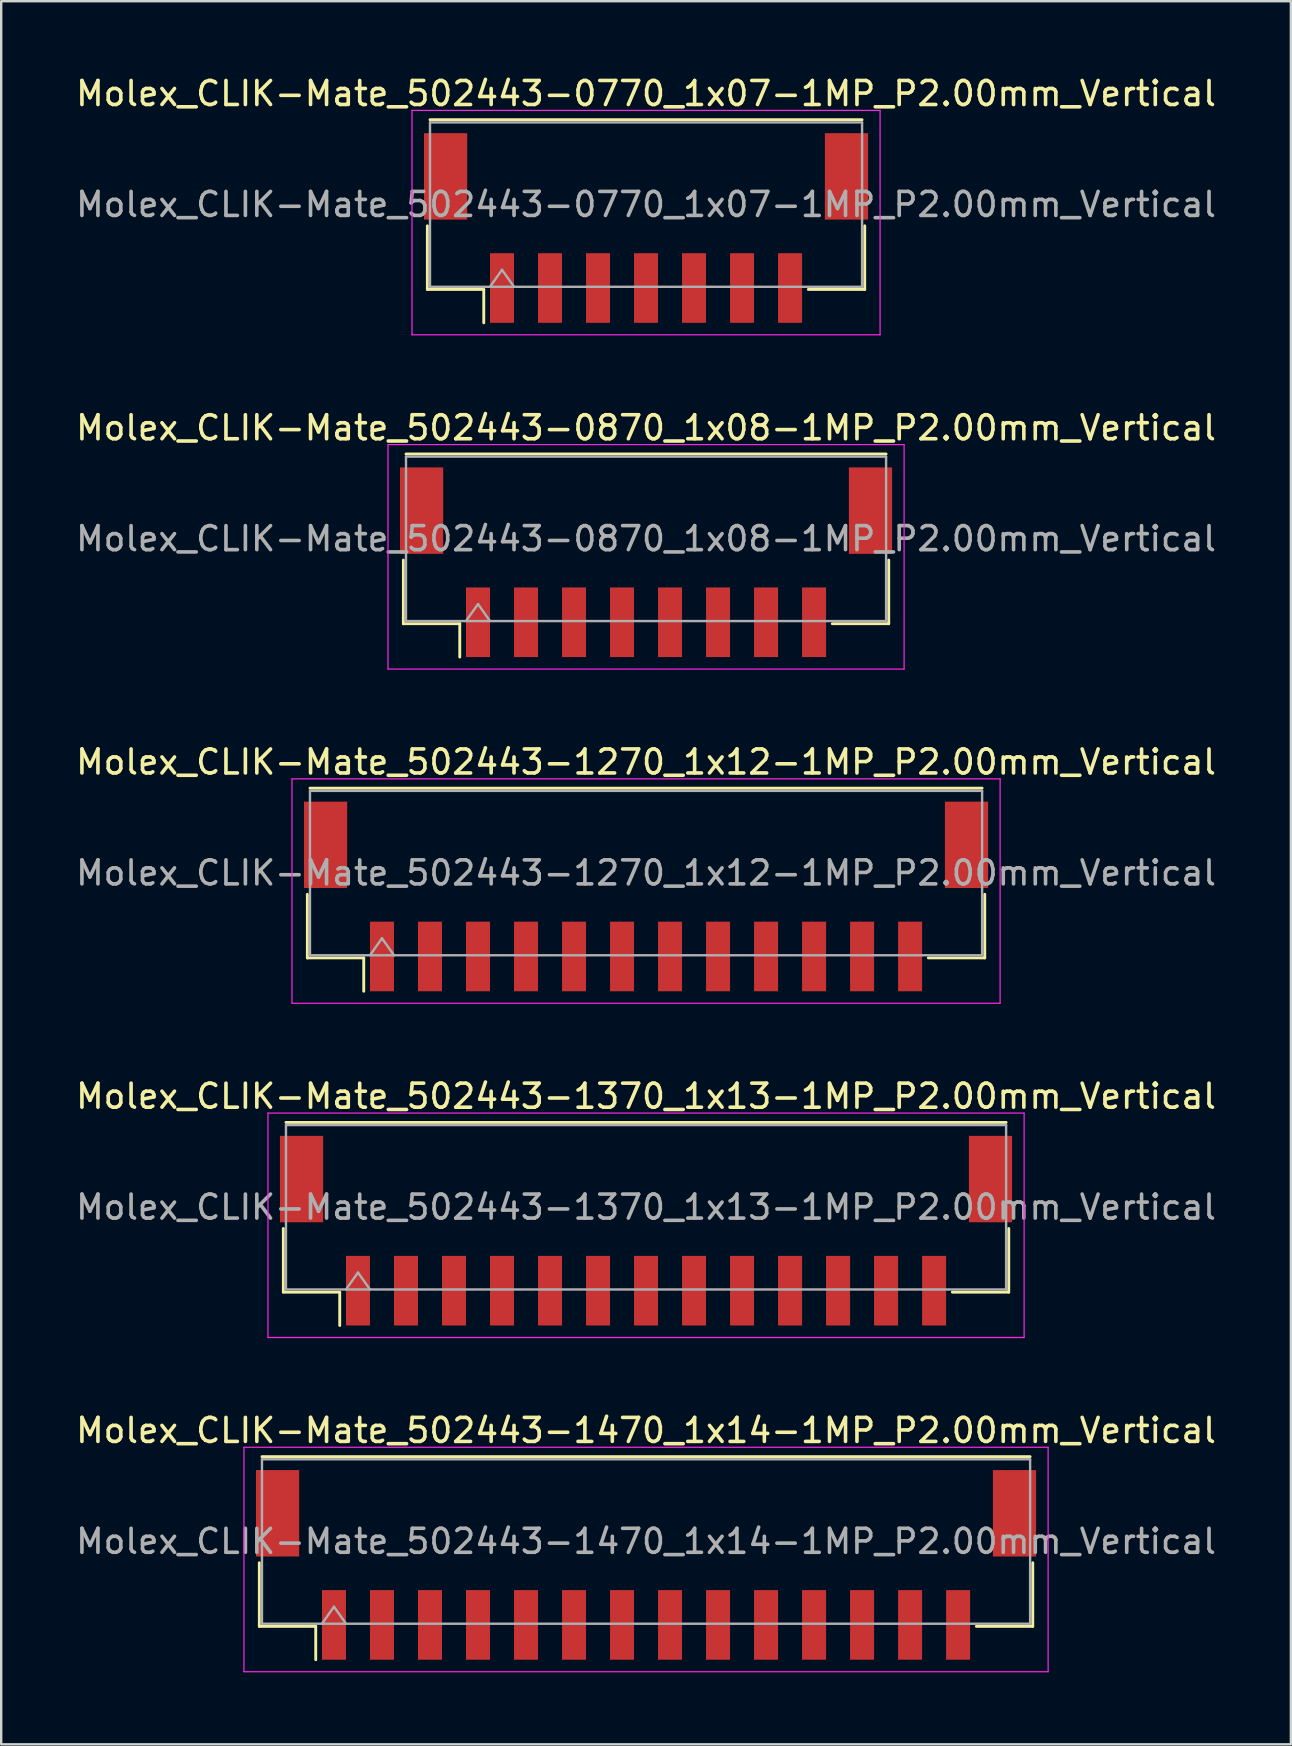
<source format=kicad_pcb>
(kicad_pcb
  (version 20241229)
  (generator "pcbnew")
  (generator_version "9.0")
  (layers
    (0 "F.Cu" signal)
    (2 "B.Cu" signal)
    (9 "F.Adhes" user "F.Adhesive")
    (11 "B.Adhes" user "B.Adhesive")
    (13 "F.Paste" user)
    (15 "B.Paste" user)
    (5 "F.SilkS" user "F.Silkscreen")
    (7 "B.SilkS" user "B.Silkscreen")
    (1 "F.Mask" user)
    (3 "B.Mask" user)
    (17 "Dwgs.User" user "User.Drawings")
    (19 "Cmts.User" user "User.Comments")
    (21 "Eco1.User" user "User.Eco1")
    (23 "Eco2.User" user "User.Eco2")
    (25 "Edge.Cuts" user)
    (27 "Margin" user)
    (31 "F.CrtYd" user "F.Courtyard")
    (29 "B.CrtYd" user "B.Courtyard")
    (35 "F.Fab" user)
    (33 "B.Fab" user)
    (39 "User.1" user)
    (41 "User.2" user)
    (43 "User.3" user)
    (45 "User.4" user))
  (footprint "Molex_CLIK-Mate_502443-1370_1x13-1MP_P2.00mm_Vertical"
    (layer "F.Cu")
    (at 23.863 48.218)
    (property "Reference" "Molex_CLIK-Mate_502443-1370_1x13-1MP_P2.00mm_Vertical" (at 0 -5.6 0) (layer "F.SilkS") (effects (font (size 1 1) (thickness 0.15))))
    (attr smd)
    (fp_line (start -15.11 -0.09) (end -15.11 2.56) (stroke (width 0.12) (type solid)) (layer "F.SilkS"))
    (fp_line (start -15.11 2.56) (end -12.76 2.56) (stroke (width 0.12) (type solid)) (layer "F.SilkS"))
    (fp_line (start -15 -4.51) (end 15 -4.51) (stroke (width 0.12) (type solid)) (layer "F.SilkS"))
    (fp_line (start -12.76 2.56) (end -12.76 3.95) (stroke (width 0.12) (type solid)) (layer "F.SilkS"))
    (fp_line (start 15.11 -0.09) (end 15.11 2.56) (stroke (width 0.12) (type solid)) (layer "F.SilkS"))
    (fp_line (start 15.11 2.56) (end 12.76 2.56) (stroke (width 0.12) (type solid)) (layer "F.SilkS"))
    (fp_line (start -15.75 -4.9) (end -15.75 4.45) (stroke (width 0.05) (type solid)) (layer "F.CrtYd"))
    (fp_line (start -15.75 4.45) (end 15.75 4.45) (stroke (width 0.05) (type solid)) (layer "F.CrtYd"))
    (fp_line (start 15.75 -4.9) (end -15.75 -4.9) (stroke (width 0.05) (type solid)) (layer "F.CrtYd"))
    (fp_line (start 15.75 4.45) (end 15.75 -4.9) (stroke (width 0.05) (type solid)) (layer "F.CrtYd"))
    (fp_line (start -15 -4.4) (end 15 -4.4) (stroke (width 0.1) (type solid)) (layer "F.Fab"))
    (fp_line (start -15 2.45) (end -15 -4.4) (stroke (width 0.1) (type solid)) (layer "F.Fab"))
    (fp_line (start -15 2.45) (end 15 2.45) (stroke (width 0.1) (type solid)) (layer "F.Fab"))
    (fp_line (start -12.5 2.45) (end -12 1.743) (stroke (width 0.1) (type solid)) (layer "F.Fab"))
    (fp_line (start -12 1.743) (end -11.5 2.45) (stroke (width 0.1) (type solid)) (layer "F.Fab"))
    (fp_line (start 15 2.45) (end 15 -4.4) (stroke (width 0.1) (type solid)) (layer "F.Fab"))
    (fp_text user "${REFERENCE}" (at 0 -0.98 0) (layer "F.Fab") (effects (font (size 1 1) (thickness 0.15))))
    (pad "1" smd rect (at -12 2.5) (size 1 2.9) (layers "F.Cu" "F.Mask" "F.Paste"))
    (pad "2" smd rect (at -10 2.5) (size 1 2.9) (layers "F.Cu" "F.Mask" "F.Paste"))
    (pad "3" smd rect (at -8 2.5) (size 1 2.9) (layers "F.Cu" "F.Mask" "F.Paste"))
    (pad "4" smd rect (at -6 2.5) (size 1 2.9) (layers "F.Cu" "F.Mask" "F.Paste"))
    (pad "5" smd rect (at -4 2.5) (size 1 2.9) (layers "F.Cu" "F.Mask" "F.Paste"))
    (pad "6" smd rect (at -2 2.5) (size 1 2.9) (layers "F.Cu" "F.Mask" "F.Paste"))
    (pad "7" smd rect (at 0 2.5) (size 1 2.9) (layers "F.Cu" "F.Mask" "F.Paste"))
    (pad "8" smd rect (at 2 2.5) (size 1 2.9) (layers "F.Cu" "F.Mask" "F.Paste"))
    (pad "9" smd rect (at 4 2.5) (size 1 2.9) (layers "F.Cu" "F.Mask" "F.Paste"))
    (pad "10" smd rect (at 6 2.5) (size 1 2.9) (layers "F.Cu" "F.Mask" "F.Paste"))
    (pad "11" smd rect (at 8 2.5) (size 1 2.9) (layers "F.Cu" "F.Mask" "F.Paste"))
    (pad "12" smd rect (at 10 2.5) (size 1 2.9) (layers "F.Cu" "F.Mask" "F.Paste"))
    (pad "13" smd rect (at 12 2.5) (size 1 2.9) (layers "F.Cu" "F.Mask" "F.Paste"))
    (pad "MP" smd rect (at -14.35 -2.15) (size 1.8 3.6) (layers "F.Cu" "F.Mask" "F.Paste"))
    (pad "MP" smd rect (at 14.35 -2.15) (size 1.8 3.6) (layers "F.Cu" "F.Mask" "F.Paste")))
  (footprint "Molex_CLIK-Mate_502443-1470_1x14-1MP_P2.00mm_Vertical"
    (layer "F.Cu")
    (at 23.863 62.141)
    (property "Reference" "Molex_CLIK-Mate_502443-1470_1x14-1MP_P2.00mm_Vertical" (at 0 -5.6 0) (layer "F.SilkS") (effects (font (size 1 1) (thickness 0.15))))
    (attr smd)
    (fp_line (start -16.11 -0.09) (end -16.11 2.56) (stroke (width 0.12) (type solid)) (layer "F.SilkS"))
    (fp_line (start -16.11 2.56) (end -13.76 2.56) (stroke (width 0.12) (type solid)) (layer "F.SilkS"))
    (fp_line (start -16 -4.51) (end 16 -4.51) (stroke (width 0.12) (type solid)) (layer "F.SilkS"))
    (fp_line (start -13.76 2.56) (end -13.76 3.95) (stroke (width 0.12) (type solid)) (layer "F.SilkS"))
    (fp_line (start 16.11 -0.09) (end 16.11 2.56) (stroke (width 0.12) (type solid)) (layer "F.SilkS"))
    (fp_line (start 16.11 2.56) (end 13.76 2.56) (stroke (width 0.12) (type solid)) (layer "F.SilkS"))
    (fp_line (start -16.75 -4.9) (end -16.75 4.45) (stroke (width 0.05) (type solid)) (layer "F.CrtYd"))
    (fp_line (start -16.75 4.45) (end 16.75 4.45) (stroke (width 0.05) (type solid)) (layer "F.CrtYd"))
    (fp_line (start 16.75 -4.9) (end -16.75 -4.9) (stroke (width 0.05) (type solid)) (layer "F.CrtYd"))
    (fp_line (start 16.75 4.45) (end 16.75 -4.9) (stroke (width 0.05) (type solid)) (layer "F.CrtYd"))
    (fp_line (start -16 -4.4) (end 16 -4.4) (stroke (width 0.1) (type solid)) (layer "F.Fab"))
    (fp_line (start -16 2.45) (end -16 -4.4) (stroke (width 0.1) (type solid)) (layer "F.Fab"))
    (fp_line (start -16 2.45) (end 16 2.45) (stroke (width 0.1) (type solid)) (layer "F.Fab"))
    (fp_line (start -13.5 2.45) (end -13 1.743) (stroke (width 0.1) (type solid)) (layer "F.Fab"))
    (fp_line (start -13 1.743) (end -12.5 2.45) (stroke (width 0.1) (type solid)) (layer "F.Fab"))
    (fp_line (start 16 2.45) (end 16 -4.4) (stroke (width 0.1) (type solid)) (layer "F.Fab"))
    (fp_text user "${REFERENCE}" (at 0 -0.98 0) (layer "F.Fab") (effects (font (size 1 1) (thickness 0.15))))
    (pad "1" smd rect (at -13 2.5) (size 1 2.9) (layers "F.Cu" "F.Mask" "F.Paste"))
    (pad "2" smd rect (at -11 2.5) (size 1 2.9) (layers "F.Cu" "F.Mask" "F.Paste"))
    (pad "3" smd rect (at -9 2.5) (size 1 2.9) (layers "F.Cu" "F.Mask" "F.Paste"))
    (pad "4" smd rect (at -7 2.5) (size 1 2.9) (layers "F.Cu" "F.Mask" "F.Paste"))
    (pad "5" smd rect (at -5 2.5) (size 1 2.9) (layers "F.Cu" "F.Mask" "F.Paste"))
    (pad "6" smd rect (at -3 2.5) (size 1 2.9) (layers "F.Cu" "F.Mask" "F.Paste"))
    (pad "7" smd rect (at -1 2.5) (size 1 2.9) (layers "F.Cu" "F.Mask" "F.Paste"))
    (pad "8" smd rect (at 1 2.5) (size 1 2.9) (layers "F.Cu" "F.Mask" "F.Paste"))
    (pad "9" smd rect (at 3 2.5) (size 1 2.9) (layers "F.Cu" "F.Mask" "F.Paste"))
    (pad "10" smd rect (at 5 2.5) (size 1 2.9) (layers "F.Cu" "F.Mask" "F.Paste"))
    (pad "11" smd rect (at 7 2.5) (size 1 2.9) (layers "F.Cu" "F.Mask" "F.Paste"))
    (pad "12" smd rect (at 9 2.5) (size 1 2.9) (layers "F.Cu" "F.Mask" "F.Paste"))
    (pad "13" smd rect (at 11 2.5) (size 1 2.9) (layers "F.Cu" "F.Mask" "F.Paste"))
    (pad "14" smd rect (at 13 2.5) (size 1 2.9) (layers "F.Cu" "F.Mask" "F.Paste"))
    (pad "MP" smd rect (at -15.35 -2.15) (size 1.8 3.6) (layers "F.Cu" "F.Mask" "F.Paste"))
    (pad "MP" smd rect (at 15.35 -2.15) (size 1.8 3.6) (layers "F.Cu" "F.Mask" "F.Paste")))
  (footprint "Molex_CLIK-Mate_502443-1270_1x12-1MP_P2.00mm_Vertical"
    (layer "F.Cu")
    (at 23.863 34.295)
    (property "Reference" "Molex_CLIK-Mate_502443-1270_1x12-1MP_P2.00mm_Vertical" (at 0 -5.6 0) (layer "F.SilkS") (effects (font (size 1 1) (thickness 0.15))))
    (attr smd)
    (fp_line (start -14.11 -0.09) (end -14.11 2.56) (stroke (width 0.12) (type solid)) (layer "F.SilkS"))
    (fp_line (start -14.11 2.56) (end -11.76 2.56) (stroke (width 0.12) (type solid)) (layer "F.SilkS"))
    (fp_line (start -14 -4.51) (end 14 -4.51) (stroke (width 0.12) (type solid)) (layer "F.SilkS"))
    (fp_line (start -11.76 2.56) (end -11.76 3.95) (stroke (width 0.12) (type solid)) (layer "F.SilkS"))
    (fp_line (start 14.11 -0.09) (end 14.11 2.56) (stroke (width 0.12) (type solid)) (layer "F.SilkS"))
    (fp_line (start 14.11 2.56) (end 11.76 2.56) (stroke (width 0.12) (type solid)) (layer "F.SilkS"))
    (fp_line (start -14.75 -4.9) (end -14.75 4.45) (stroke (width 0.05) (type solid)) (layer "F.CrtYd"))
    (fp_line (start -14.75 4.45) (end 14.75 4.45) (stroke (width 0.05) (type solid)) (layer "F.CrtYd"))
    (fp_line (start 14.75 -4.9) (end -14.75 -4.9) (stroke (width 0.05) (type solid)) (layer "F.CrtYd"))
    (fp_line (start 14.75 4.45) (end 14.75 -4.9) (stroke (width 0.05) (type solid)) (layer "F.CrtYd"))
    (fp_line (start -14 -4.4) (end 14 -4.4) (stroke (width 0.1) (type solid)) (layer "F.Fab"))
    (fp_line (start -14 2.45) (end -14 -4.4) (stroke (width 0.1) (type solid)) (layer "F.Fab"))
    (fp_line (start -14 2.45) (end 14 2.45) (stroke (width 0.1) (type solid)) (layer "F.Fab"))
    (fp_line (start -11.5 2.45) (end -11 1.743) (stroke (width 0.1) (type solid)) (layer "F.Fab"))
    (fp_line (start -11 1.743) (end -10.5 2.45) (stroke (width 0.1) (type solid)) (layer "F.Fab"))
    (fp_line (start 14 2.45) (end 14 -4.4) (stroke (width 0.1) (type solid)) (layer "F.Fab"))
    (fp_text user "${REFERENCE}" (at 0 -0.98 0) (layer "F.Fab") (effects (font (size 1 1) (thickness 0.15))))
    (pad "1" smd rect (at -11 2.5) (size 1 2.9) (layers "F.Cu" "F.Mask" "F.Paste"))
    (pad "2" smd rect (at -9 2.5) (size 1 2.9) (layers "F.Cu" "F.Mask" "F.Paste"))
    (pad "3" smd rect (at -7 2.5) (size 1 2.9) (layers "F.Cu" "F.Mask" "F.Paste"))
    (pad "4" smd rect (at -5 2.5) (size 1 2.9) (layers "F.Cu" "F.Mask" "F.Paste"))
    (pad "5" smd rect (at -3 2.5) (size 1 2.9) (layers "F.Cu" "F.Mask" "F.Paste"))
    (pad "6" smd rect (at -1 2.5) (size 1 2.9) (layers "F.Cu" "F.Mask" "F.Paste"))
    (pad "7" smd rect (at 1 2.5) (size 1 2.9) (layers "F.Cu" "F.Mask" "F.Paste"))
    (pad "8" smd rect (at 3 2.5) (size 1 2.9) (layers "F.Cu" "F.Mask" "F.Paste"))
    (pad "9" smd rect (at 5 2.5) (size 1 2.9) (layers "F.Cu" "F.Mask" "F.Paste"))
    (pad "10" smd rect (at 7 2.5) (size 1 2.9) (layers "F.Cu" "F.Mask" "F.Paste"))
    (pad "11" smd rect (at 9 2.5) (size 1 2.9) (layers "F.Cu" "F.Mask" "F.Paste"))
    (pad "12" smd rect (at 11 2.5) (size 1 2.9) (layers "F.Cu" "F.Mask" "F.Paste"))
    (pad "MP" smd rect (at -13.35 -2.15) (size 1.8 3.6) (layers "F.Cu" "F.Mask" "F.Paste"))
    (pad "MP" smd rect (at 13.35 -2.15) (size 1.8 3.6) (layers "F.Cu" "F.Mask" "F.Paste")))
  (footprint "Molex_CLIK-Mate_502443-0870_1x08-1MP_P2.00mm_Vertical"
    (layer "F.Cu")
    (at 23.863 20.372)
    (property "Reference" "Molex_CLIK-Mate_502443-0870_1x08-1MP_P2.00mm_Vertical" (at 0 -5.6 0) (layer "F.SilkS") (effects (font (size 1 1) (thickness 0.15))))
    (attr smd)
    (fp_line (start -10.11 -0.09) (end -10.11 2.56) (stroke (width 0.12) (type solid)) (layer "F.SilkS"))
    (fp_line (start -10.11 2.56) (end -7.76 2.56) (stroke (width 0.12) (type solid)) (layer "F.SilkS"))
    (fp_line (start -10 -4.51) (end 10 -4.51) (stroke (width 0.12) (type solid)) (layer "F.SilkS"))
    (fp_line (start -7.76 2.56) (end -7.76 3.95) (stroke (width 0.12) (type solid)) (layer "F.SilkS"))
    (fp_line (start 10.11 -0.09) (end 10.11 2.56) (stroke (width 0.12) (type solid)) (layer "F.SilkS"))
    (fp_line (start 10.11 2.56) (end 7.76 2.56) (stroke (width 0.12) (type solid)) (layer "F.SilkS"))
    (fp_line (start -10.75 -4.9) (end -10.75 4.45) (stroke (width 0.05) (type solid)) (layer "F.CrtYd"))
    (fp_line (start -10.75 4.45) (end 10.75 4.45) (stroke (width 0.05) (type solid)) (layer "F.CrtYd"))
    (fp_line (start 10.75 -4.9) (end -10.75 -4.9) (stroke (width 0.05) (type solid)) (layer "F.CrtYd"))
    (fp_line (start 10.75 4.45) (end 10.75 -4.9) (stroke (width 0.05) (type solid)) (layer "F.CrtYd"))
    (fp_line (start -10 -4.4) (end 10 -4.4) (stroke (width 0.1) (type solid)) (layer "F.Fab"))
    (fp_line (start -10 2.45) (end -10 -4.4) (stroke (width 0.1) (type solid)) (layer "F.Fab"))
    (fp_line (start -10 2.45) (end 10 2.45) (stroke (width 0.1) (type solid)) (layer "F.Fab"))
    (fp_line (start -7.5 2.45) (end -7 1.743) (stroke (width 0.1) (type solid)) (layer "F.Fab"))
    (fp_line (start -7 1.743) (end -6.5 2.45) (stroke (width 0.1) (type solid)) (layer "F.Fab"))
    (fp_line (start 10 2.45) (end 10 -4.4) (stroke (width 0.1) (type solid)) (layer "F.Fab"))
    (fp_text user "${REFERENCE}" (at 0 -0.98 0) (layer "F.Fab") (effects (font (size 1 1) (thickness 0.15))))
    (pad "1" smd rect (at -7 2.5) (size 1 2.9) (layers "F.Cu" "F.Mask" "F.Paste"))
    (pad "2" smd rect (at -5 2.5) (size 1 2.9) (layers "F.Cu" "F.Mask" "F.Paste"))
    (pad "3" smd rect (at -3 2.5) (size 1 2.9) (layers "F.Cu" "F.Mask" "F.Paste"))
    (pad "4" smd rect (at -1 2.5) (size 1 2.9) (layers "F.Cu" "F.Mask" "F.Paste"))
    (pad "5" smd rect (at 1 2.5) (size 1 2.9) (layers "F.Cu" "F.Mask" "F.Paste"))
    (pad "6" smd rect (at 3 2.5) (size 1 2.9) (layers "F.Cu" "F.Mask" "F.Paste"))
    (pad "7" smd rect (at 5 2.5) (size 1 2.9) (layers "F.Cu" "F.Mask" "F.Paste"))
    (pad "8" smd rect (at 7 2.5) (size 1 2.9) (layers "F.Cu" "F.Mask" "F.Paste"))
    (pad "MP" smd rect (at -9.35 -2.15) (size 1.8 3.6) (layers "F.Cu" "F.Mask" "F.Paste"))
    (pad "MP" smd rect (at 9.35 -2.15) (size 1.8 3.6) (layers "F.Cu" "F.Mask" "F.Paste")))
  (footprint "Molex_CLIK-Mate_502443-0770_1x07-1MP_P2.00mm_Vertical"
    (layer "F.Cu")
    (at 23.863 6.448)
    (property "Reference" "Molex_CLIK-Mate_502443-0770_1x07-1MP_P2.00mm_Vertical" (at 0 -5.6 0) (layer "F.SilkS") (effects (font (size 1 1) (thickness 0.15))))
    (attr smd)
    (fp_line (start -9.11 -0.09) (end -9.11 2.56) (stroke (width 0.12) (type solid)) (layer "F.SilkS"))
    (fp_line (start -9.11 2.56) (end -6.76 2.56) (stroke (width 0.12) (type solid)) (layer "F.SilkS"))
    (fp_line (start -9 -4.51) (end 9 -4.51) (stroke (width 0.12) (type solid)) (layer "F.SilkS"))
    (fp_line (start -6.76 2.56) (end -6.76 3.95) (stroke (width 0.12) (type solid)) (layer "F.SilkS"))
    (fp_line (start 9.11 -0.09) (end 9.11 2.56) (stroke (width 0.12) (type solid)) (layer "F.SilkS"))
    (fp_line (start 9.11 2.56) (end 6.76 2.56) (stroke (width 0.12) (type solid)) (layer "F.SilkS"))
    (fp_line (start -9.75 -4.9) (end -9.75 4.45) (stroke (width 0.05) (type solid)) (layer "F.CrtYd"))
    (fp_line (start -9.75 4.45) (end 9.75 4.45) (stroke (width 0.05) (type solid)) (layer "F.CrtYd"))
    (fp_line (start 9.75 -4.9) (end -9.75 -4.9) (stroke (width 0.05) (type solid)) (layer "F.CrtYd"))
    (fp_line (start 9.75 4.45) (end 9.75 -4.9) (stroke (width 0.05) (type solid)) (layer "F.CrtYd"))
    (fp_line (start -9 -4.4) (end 9 -4.4) (stroke (width 0.1) (type solid)) (layer "F.Fab"))
    (fp_line (start -9 2.45) (end -9 -4.4) (stroke (width 0.1) (type solid)) (layer "F.Fab"))
    (fp_line (start -9 2.45) (end 9 2.45) (stroke (width 0.1) (type solid)) (layer "F.Fab"))
    (fp_line (start -6.5 2.45) (end -6 1.743) (stroke (width 0.1) (type solid)) (layer "F.Fab"))
    (fp_line (start -6 1.743) (end -5.5 2.45) (stroke (width 0.1) (type solid)) (layer "F.Fab"))
    (fp_line (start 9 2.45) (end 9 -4.4) (stroke (width 0.1) (type solid)) (layer "F.Fab"))
    (fp_text user "${REFERENCE}" (at 0 -0.98 0) (layer "F.Fab") (effects (font (size 1 1) (thickness 0.15))))
    (pad "1" smd rect (at -6 2.5) (size 1 2.9) (layers "F.Cu" "F.Mask" "F.Paste"))
    (pad "2" smd rect (at -4 2.5) (size 1 2.9) (layers "F.Cu" "F.Mask" "F.Paste"))
    (pad "3" smd rect (at -2 2.5) (size 1 2.9) (layers "F.Cu" "F.Mask" "F.Paste"))
    (pad "4" smd rect (at 0 2.5) (size 1 2.9) (layers "F.Cu" "F.Mask" "F.Paste"))
    (pad "5" smd rect (at 2 2.5) (size 1 2.9) (layers "F.Cu" "F.Mask" "F.Paste"))
    (pad "6" smd rect (at 4 2.5) (size 1 2.9) (layers "F.Cu" "F.Mask" "F.Paste"))
    (pad "7" smd rect (at 6 2.5) (size 1 2.9) (layers "F.Cu" "F.Mask" "F.Paste"))
    (pad "MP" smd rect (at -8.35 -2.15) (size 1.8 3.6) (layers "F.Cu" "F.Mask" "F.Paste"))
    (pad "MP" smd rect (at 8.35 -2.15) (size 1.8 3.6) (layers "F.Cu" "F.Mask" "F.Paste")))
  (gr_rect
    (start -3 -3)
    (end 50.726 69.616)
    (stroke (width 0.1) (type default))
    (fill no)
    (layer "Edge.Cuts")))
</source>
